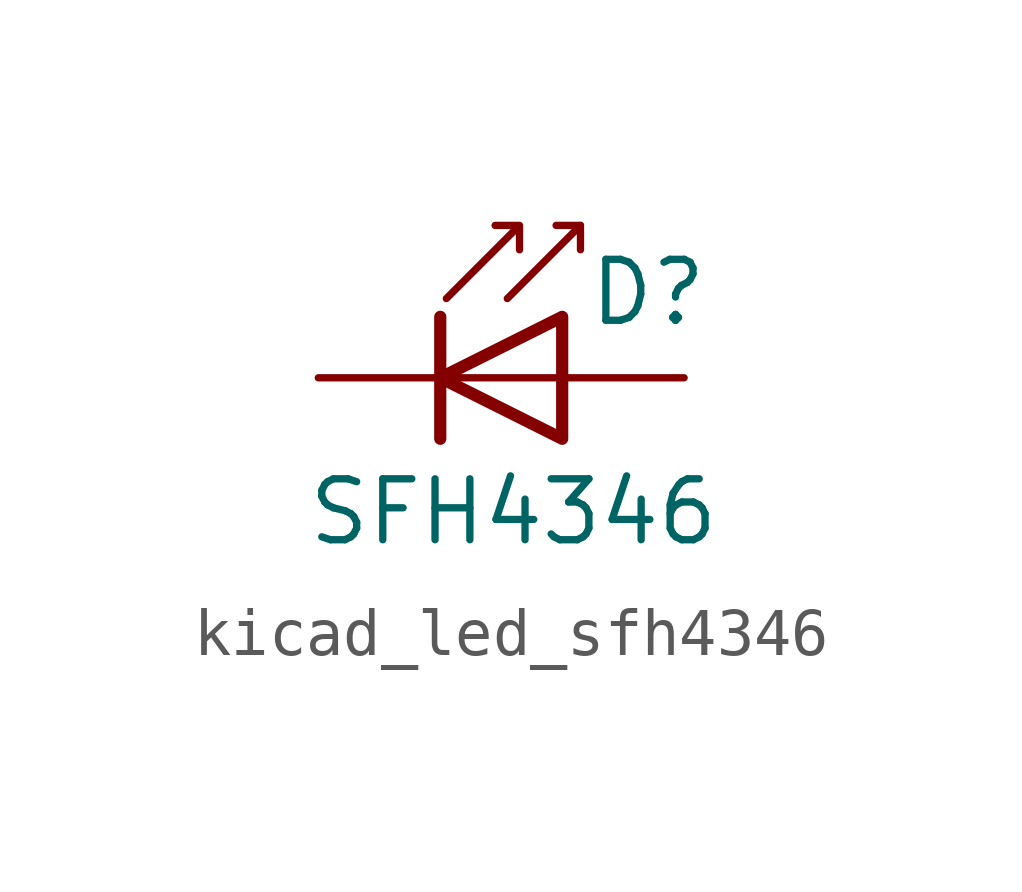
<source format=kicad_sym>
(kicad_symbol_lib
  (version 20220914)
  (generator kicad_symbol_editor)
  (symbol "kicad_led_sfh4346"
    (pin_numbers hide)
    (pin_names
      (offset 1.016) hide)
    (property "Reference" "D"
      (at 0.508 1.778 0)
      (effects (font (size 1.27 1.27)) (justify left)))
    (property "Value" "SFH4346"
      (at -1.016 -2.794 0)
      (effects (font (size 1.27 1.27))))
    (symbol "kicad_led_sfh4346_0_1"
      (polyline (pts (xy -2.54 1.27) (xy -2.54 -1.27)) (stroke (width 0.254) (type default)) (fill (type none)))
      (polyline (pts (xy 0 0) (xy -2.54 0)) (stroke (width 0) (type default)) (fill (type none)))
      (polyline (pts (xy 0.381 3.175) (xy -0.127 3.175)) (stroke (width 0) (type default)) (fill (type none)))
      (polyline (pts (xy -1.143 1.651) (xy 0.381 3.175) (xy 0.381 2.667)) (stroke (width 0) (type default)) (fill (type none)))
      (polyline (pts (xy 0 1.27) (xy -2.54 0) (xy 0 -1.27) (xy 0 1.27)) (stroke (width 0.254) (type default)) (fill (type none)))
      (polyline (pts (xy -2.413 1.651) (xy -0.889 3.175) (xy -0.889 2.667) (xy -0.889 3.175) (xy -1.397 3.175)) (stroke (width 0) (type default)) (fill (type none))))
    (symbol "kicad_led_sfh4346_1_1"
      (pin passive line (at -5.08 0 0) (length 2.54) (name "K" (effects (font (size 1.27 1.27)))) (number "1" (effects (font (size 1.27 1.27)))))
      (pin passive line (at 2.54 0 180) (length 2.54) (name "A" (effects (font (size 1.27 1.27)))) (number "2" (effects (font (size 1.27 1.27))))))))
</source>
